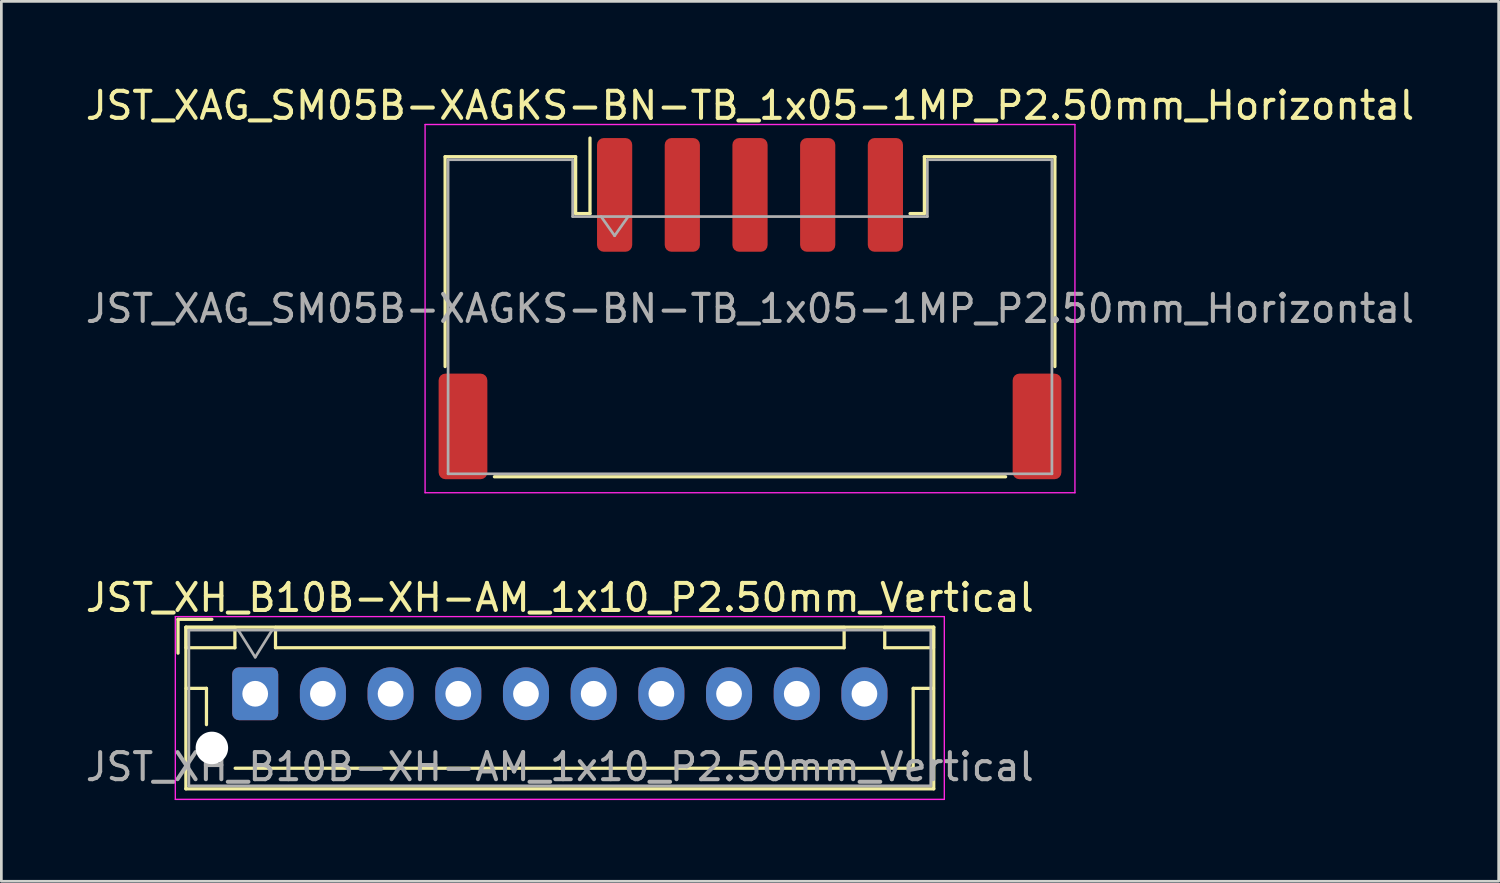
<source format=kicad_pcb>
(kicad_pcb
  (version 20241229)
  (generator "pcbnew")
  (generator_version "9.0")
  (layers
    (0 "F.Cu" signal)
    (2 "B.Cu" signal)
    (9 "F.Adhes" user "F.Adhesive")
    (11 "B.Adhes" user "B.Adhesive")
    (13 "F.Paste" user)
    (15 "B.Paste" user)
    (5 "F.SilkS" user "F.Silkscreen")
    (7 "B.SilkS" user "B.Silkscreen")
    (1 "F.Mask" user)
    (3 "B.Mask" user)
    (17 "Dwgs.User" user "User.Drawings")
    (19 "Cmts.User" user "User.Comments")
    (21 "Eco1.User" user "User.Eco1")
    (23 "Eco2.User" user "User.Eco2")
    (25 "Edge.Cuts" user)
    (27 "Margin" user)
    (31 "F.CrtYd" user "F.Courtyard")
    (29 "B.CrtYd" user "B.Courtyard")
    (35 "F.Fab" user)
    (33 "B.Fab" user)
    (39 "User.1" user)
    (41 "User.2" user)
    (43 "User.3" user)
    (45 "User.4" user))
  (footprint "JST_XAG_SM05B-XAGKS-BN-TB_1x05-1MP_P2.50mm_Horizontal"
    (layer "F.Cu")
    (at 24.649 8.348)
    (property "Reference" "JST_XAG_SM05B-XAGKS-BN-TB_1x05-1MP_P2.50mm_Horizontal" (at 0 -7.5 0) (layer "F.SilkS") (effects (font (size 1 1) (thickness 0.15))))
    (attr smd)
    (fp_line (start -11.26 -5.61) (end -6.44 -5.61) (stroke (width 0.12) (type solid)) (layer "F.SilkS"))
    (fp_line (start -11.26 2.14) (end -11.26 -5.61) (stroke (width 0.12) (type solid)) (layer "F.SilkS"))
    (fp_line (start -9.44 6.21) (end 9.44 6.21) (stroke (width 0.12) (type solid)) (layer "F.SilkS"))
    (fp_line (start -6.44 -5.61) (end -6.44 -3.51) (stroke (width 0.12) (type solid)) (layer "F.SilkS"))
    (fp_line (start -6.44 -3.51) (end -5.91 -3.51) (stroke (width 0.12) (type solid)) (layer "F.SilkS"))
    (fp_line (start -5.91 -3.51) (end -5.91 -6.3) (stroke (width 0.12) (type solid)) (layer "F.SilkS"))
    (fp_line (start 6.44 -5.61) (end 6.44 -3.51) (stroke (width 0.12) (type solid)) (layer "F.SilkS"))
    (fp_line (start 6.44 -3.51) (end 5.91 -3.51) (stroke (width 0.12) (type solid)) (layer "F.SilkS"))
    (fp_line (start 11.26 -5.61) (end 6.44 -5.61) (stroke (width 0.12) (type solid)) (layer "F.SilkS"))
    (fp_line (start 11.26 2.14) (end 11.26 -5.61) (stroke (width 0.12) (type solid)) (layer "F.SilkS"))
    (fp_line (start -12 -6.8) (end -12 6.8) (stroke (width 0.05) (type solid)) (layer "F.CrtYd"))
    (fp_line (start -12 6.8) (end 12 6.8) (stroke (width 0.05) (type solid)) (layer "F.CrtYd"))
    (fp_line (start 12 -6.8) (end -12 -6.8) (stroke (width 0.05) (type solid)) (layer "F.CrtYd"))
    (fp_line (start 12 6.8) (end 12 -6.8) (stroke (width 0.05) (type solid)) (layer "F.CrtYd"))
    (fp_line (start -11.15 -5.5) (end -11.15 6.1) (stroke (width 0.1) (type solid)) (layer "F.Fab"))
    (fp_line (start -11.15 -5.5) (end -6.55 -5.5) (stroke (width 0.1) (type solid)) (layer "F.Fab"))
    (fp_line (start -11.15 6.1) (end 11.15 6.1) (stroke (width 0.1) (type solid)) (layer "F.Fab"))
    (fp_line (start -6.55 -5.5) (end -6.55 -3.4) (stroke (width 0.1) (type solid)) (layer "F.Fab"))
    (fp_line (start -6.55 -3.4) (end 6.55 -3.4) (stroke (width 0.1) (type solid)) (layer "F.Fab"))
    (fp_line (start -5.5 -3.4) (end -5 -2.693) (stroke (width 0.1) (type solid)) (layer "F.Fab"))
    (fp_line (start -5 -2.693) (end -4.5 -3.4) (stroke (width 0.1) (type solid)) (layer "F.Fab"))
    (fp_line (start 6.55 -5.5) (end 11.15 -5.5) (stroke (width 0.1) (type solid)) (layer "F.Fab"))
    (fp_line (start 6.55 -3.4) (end 6.55 -5.5) (stroke (width 0.1) (type solid)) (layer "F.Fab"))
    (fp_line (start 11.15 -5.5) (end 11.15 6.1) (stroke (width 0.1) (type solid)) (layer "F.Fab"))
    (fp_text user "${REFERENCE}" (at 0 0 0) (layer "F.Fab") (effects (font (size 1 1) (thickness 0.15))))
    (pad "1" smd roundrect (at -5 -4.2) (size 1.3 4.2) (layers "F.Cu" "F.Mask" "F.Paste") (roundrect_rratio 0.192))
    (pad "2" smd roundrect (at -2.5 -4.2) (size 1.3 4.2) (layers "F.Cu" "F.Mask" "F.Paste") (roundrect_rratio 0.192))
    (pad "3" smd roundrect (at 0 -4.2) (size 1.3 4.2) (layers "F.Cu" "F.Mask" "F.Paste") (roundrect_rratio 0.192))
    (pad "4" smd roundrect (at 2.5 -4.2) (size 1.3 4.2) (layers "F.Cu" "F.Mask" "F.Paste") (roundrect_rratio 0.192))
    (pad "5" smd roundrect (at 5 -4.2) (size 1.3 4.2) (layers "F.Cu" "F.Mask" "F.Paste") (roundrect_rratio 0.192))
    (pad "MP" smd roundrect (at -10.6 4.35) (size 1.8 3.9) (layers "F.Cu" "F.Mask" "F.Paste") (roundrect_rratio 0.139))
    (pad "MP" smd roundrect (at 10.6 4.35) (size 1.8 3.9) (layers "F.Cu" "F.Mask" "F.Paste") (roundrect_rratio 0.139)))
  (footprint "JST_XH_B10B-XH-AM_1x10_P2.50mm_Vertical"
    (layer "F.Cu")
    (at 6.375 22.572)
    (property "Reference" "JST_XH_B10B-XH-AM_1x10_P2.50mm_Vertical" (at 11.25 -3.55 0) (layer "F.SilkS") (effects (font (size 1 1) (thickness 0.15))))
    (attr through_hole)
    (fp_line (start -2.85 -2.75) (end -2.85 -1.5) (stroke (width 0.12) (type solid)) (layer "F.SilkS"))
    (fp_line (start -2.56 -2.46) (end -2.56 3.51) (stroke (width 0.12) (type solid)) (layer "F.SilkS"))
    (fp_line (start -2.56 3.51) (end 25.06 3.51) (stroke (width 0.12) (type solid)) (layer "F.SilkS"))
    (fp_line (start -2.55 -2.45) (end -2.55 -1.7) (stroke (width 0.12) (type solid)) (layer "F.SilkS"))
    (fp_line (start -2.55 -1.7) (end -0.75 -1.7) (stroke (width 0.12) (type solid)) (layer "F.SilkS"))
    (fp_line (start -2.55 -0.2) (end -1.8 -0.2) (stroke (width 0.12) (type solid)) (layer "F.SilkS"))
    (fp_line (start -1.8 -0.2) (end -1.8 1.14) (stroke (width 0.12) (type solid)) (layer "F.SilkS"))
    (fp_line (start -1.6 -2.75) (end -2.85 -2.75) (stroke (width 0.12) (type solid)) (layer "F.SilkS"))
    (fp_line (start -0.75 -2.45) (end -2.55 -2.45) (stroke (width 0.12) (type solid)) (layer "F.SilkS"))
    (fp_line (start -0.75 -1.7) (end -0.75 -2.45) (stroke (width 0.12) (type solid)) (layer "F.SilkS"))
    (fp_line (start 0.75 -2.45) (end 0.75 -1.7) (stroke (width 0.12) (type solid)) (layer "F.SilkS"))
    (fp_line (start 0.75 -1.7) (end 21.75 -1.7) (stroke (width 0.12) (type solid)) (layer "F.SilkS"))
    (fp_line (start 11.25 2.75) (end -0.74 2.75) (stroke (width 0.12) (type solid)) (layer "F.SilkS"))
    (fp_line (start 21.75 -2.45) (end 0.75 -2.45) (stroke (width 0.12) (type solid)) (layer "F.SilkS"))
    (fp_line (start 21.75 -1.7) (end 21.75 -2.45) (stroke (width 0.12) (type solid)) (layer "F.SilkS"))
    (fp_line (start 23.25 -2.45) (end 23.25 -1.7) (stroke (width 0.12) (type solid)) (layer "F.SilkS"))
    (fp_line (start 23.25 -1.7) (end 25.05 -1.7) (stroke (width 0.12) (type solid)) (layer "F.SilkS"))
    (fp_line (start 24.3 -0.2) (end 24.3 2.75) (stroke (width 0.12) (type solid)) (layer "F.SilkS"))
    (fp_line (start 24.3 2.75) (end 11.25 2.75) (stroke (width 0.12) (type solid)) (layer "F.SilkS"))
    (fp_line (start 25.05 -2.45) (end 23.25 -2.45) (stroke (width 0.12) (type solid)) (layer "F.SilkS"))
    (fp_line (start 25.05 -1.7) (end 25.05 -2.45) (stroke (width 0.12) (type solid)) (layer "F.SilkS"))
    (fp_line (start 25.05 -0.2) (end 24.3 -0.2) (stroke (width 0.12) (type solid)) (layer "F.SilkS"))
    (fp_line (start 25.06 -2.46) (end -2.56 -2.46) (stroke (width 0.12) (type solid)) (layer "F.SilkS"))
    (fp_line (start 25.06 3.51) (end 25.06 -2.46) (stroke (width 0.12) (type solid)) (layer "F.SilkS"))
    (fp_line (start -2.95 -2.85) (end -2.95 3.9) (stroke (width 0.05) (type solid)) (layer "F.CrtYd"))
    (fp_line (start -2.95 3.9) (end 25.45 3.9) (stroke (width 0.05) (type solid)) (layer "F.CrtYd"))
    (fp_line (start 25.45 -2.85) (end -2.95 -2.85) (stroke (width 0.05) (type solid)) (layer "F.CrtYd"))
    (fp_line (start 25.45 3.9) (end 25.45 -2.85) (stroke (width 0.05) (type solid)) (layer "F.CrtYd"))
    (fp_line (start -2.45 -2.35) (end -2.45 3.4) (stroke (width 0.1) (type solid)) (layer "F.Fab"))
    (fp_line (start -2.45 3.4) (end 24.95 3.4) (stroke (width 0.1) (type solid)) (layer "F.Fab"))
    (fp_line (start -0.625 -2.35) (end 0 -1.35) (stroke (width 0.1) (type solid)) (layer "F.Fab"))
    (fp_line (start 0 -1.35) (end 0.625 -2.35) (stroke (width 0.1) (type solid)) (layer "F.Fab"))
    (fp_line (start 24.95 -2.35) (end -2.45 -2.35) (stroke (width 0.1) (type solid)) (layer "F.Fab"))
    (fp_line (start 24.95 3.4) (end 24.95 -2.35) (stroke (width 0.1) (type solid)) (layer "F.Fab"))
    (fp_text user "${REFERENCE}" (at 11.25 2.7 0) (layer "F.Fab") (effects (font (size 1 1) (thickness 0.15))))
    (pad "" np_thru_hole circle (at -1.6 2) (size 1.2 1.2) (drill 1.2) (layers "*.Cu" "*.Mask"))
    (pad "1" thru_hole roundrect (at 0 0) (size 1.7 1.95) (drill 0.95) (layers "*.Cu" "*.Mask") (roundrect_rratio 0.147))
    (pad "2" thru_hole oval (at 2.5 0) (size 1.7 1.95) (drill 0.95) (layers "*.Cu" "*.Mask"))
    (pad "3" thru_hole oval (at 5 0) (size 1.7 1.95) (drill 0.95) (layers "*.Cu" "*.Mask"))
    (pad "4" thru_hole oval (at 7.5 0) (size 1.7 1.95) (drill 0.95) (layers "*.Cu" "*.Mask"))
    (pad "5" thru_hole oval (at 10 0) (size 1.7 1.95) (drill 0.95) (layers "*.Cu" "*.Mask"))
    (pad "6" thru_hole oval (at 12.5 0) (size 1.7 1.95) (drill 0.95) (layers "*.Cu" "*.Mask"))
    (pad "7" thru_hole oval (at 15 0) (size 1.7 1.95) (drill 0.95) (layers "*.Cu" "*.Mask"))
    (pad "8" thru_hole oval (at 17.5 0) (size 1.7 1.95) (drill 0.95) (layers "*.Cu" "*.Mask"))
    (pad "9" thru_hole oval (at 20 0) (size 1.7 1.95) (drill 0.95) (layers "*.Cu" "*.Mask"))
    (pad "10" thru_hole oval (at 22.5 0) (size 1.7 1.95) (drill 0.95) (layers "*.Cu" "*.Mask")))
  (gr_rect
    (start -3 -3)
    (end 52.298 29.497)
    (stroke (width 0.1) (type default))
    (fill no)
    (layer "Edge.Cuts")))
</source>
